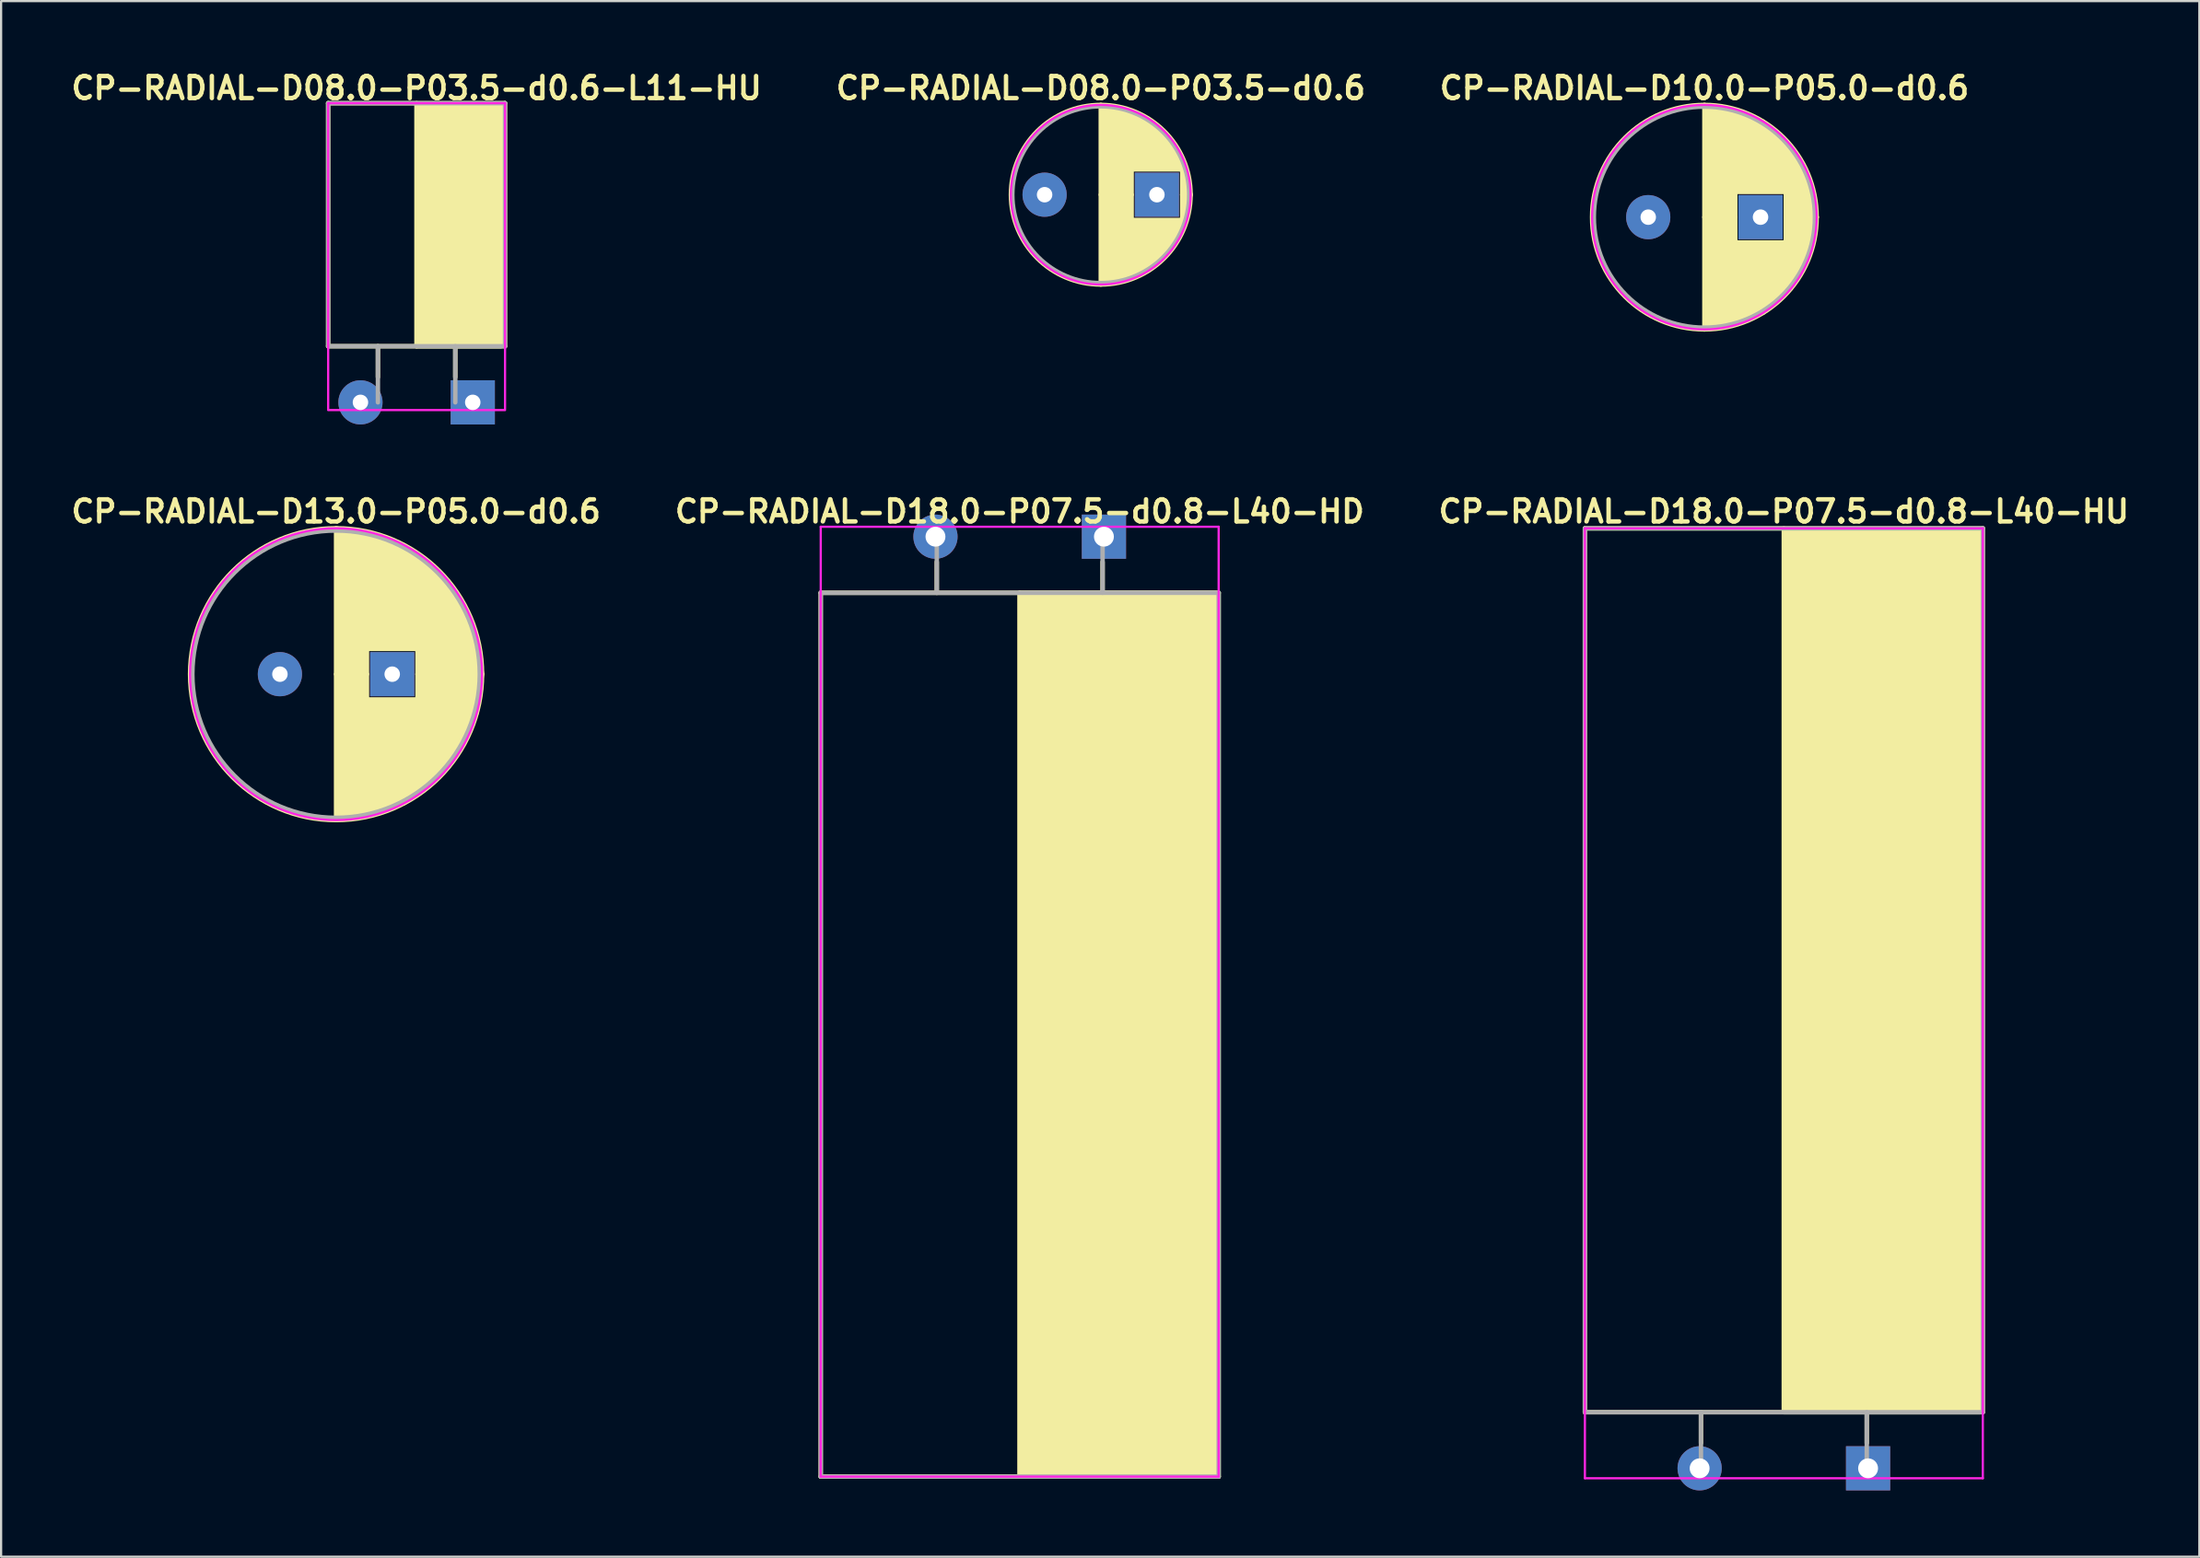
<source format=kicad_pcb>
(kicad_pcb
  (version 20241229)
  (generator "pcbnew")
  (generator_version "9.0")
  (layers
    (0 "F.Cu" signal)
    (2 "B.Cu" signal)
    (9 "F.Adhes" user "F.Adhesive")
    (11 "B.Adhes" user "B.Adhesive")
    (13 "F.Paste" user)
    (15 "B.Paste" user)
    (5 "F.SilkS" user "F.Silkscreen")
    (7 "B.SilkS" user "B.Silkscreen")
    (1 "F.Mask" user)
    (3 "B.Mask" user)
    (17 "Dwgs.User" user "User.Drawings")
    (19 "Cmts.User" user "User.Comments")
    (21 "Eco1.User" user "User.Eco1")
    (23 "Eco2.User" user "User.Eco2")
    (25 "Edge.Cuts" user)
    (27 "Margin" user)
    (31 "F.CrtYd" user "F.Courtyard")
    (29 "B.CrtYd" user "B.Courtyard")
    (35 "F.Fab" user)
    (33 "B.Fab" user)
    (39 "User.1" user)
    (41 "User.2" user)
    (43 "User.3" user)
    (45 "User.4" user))
  (footprint "CP-RADIAL-D18.0-P07.5-d0.8-L40-HU"
    (layer "F.Cu")
    (at 77.643 63.403)
    (property "Reference" "CP-RADIAL-D18.0-P07.5-d0.8-L40-HU" (at 0 -43.307 0) (layer "F.SilkS") (effects (font (size 1 1) (thickness 0.2))))
    (attr through_hole)
    (fp_line (start -9 -42.54) (end -9 -2.54) (stroke (width 0.2) (type solid)) (layer "F.SilkS"))
    (fp_line (start -9 -42.54) (end 9 -42.54) (stroke (width 0.2) (type solid)) (layer "F.SilkS"))
    (fp_line (start -9 -2.54) (end 9 -2.54) (stroke (width 0.2) (type solid)) (layer "F.SilkS"))
    (fp_line (start -3.75 -2.54) (end -3.75 -1.143) (stroke (width 0.2) (type solid)) (layer "F.SilkS"))
    (fp_line (start 0 -42.54) (end 0 -2.54) (stroke (width 0.2) (type solid)) (layer "F.SilkS"))
    (fp_line (start 3.75 -2.54) (end 3.75 -1.143) (stroke (width 0.2) (type solid)) (layer "F.SilkS"))
    (fp_line (start 9 -42.54) (end 9 -2.54) (stroke (width 0.2) (type solid)) (layer "F.SilkS"))
    (fp_poly (pts (xy 0 -42.418) (xy 8.89 -42.418) (xy 8.89 -2.54) (xy 0 -2.54)) (stroke (width 0.2) (type solid)) (fill yes) (layer "F.SilkS"))
    (fp_line (start -9 -42.54) (end -9 0.45) (stroke (width 0.1) (type solid)) (layer "F.CrtYd"))
    (fp_line (start -9 -42.54) (end 9 -42.54) (stroke (width 0.1) (type solid)) (layer "F.CrtYd"))
    (fp_line (start -9 0.45) (end 9 0.45) (stroke (width 0.1) (type solid)) (layer "F.CrtYd"))
    (fp_line (start 9 -42.54) (end 9 0.45) (stroke (width 0.1) (type solid)) (layer "F.CrtYd"))
    (fp_line (start -9 -42.54) (end -9 -2.54) (stroke (width 0.2) (type solid)) (layer "F.Fab"))
    (fp_line (start -9 -42.54) (end 9 -42.54) (stroke (width 0.2) (type solid)) (layer "F.Fab"))
    (fp_line (start -9 -2.54) (end 9 -2.54) (stroke (width 0.2) (type solid)) (layer "F.Fab"))
    (fp_line (start -3.75 -2.54) (end -3.75 0) (stroke (width 0.2) (type solid)) (layer "F.Fab"))
    (fp_line (start 3.75 -2.54) (end 3.75 0) (stroke (width 0.2) (type solid)) (layer "F.Fab"))
    (fp_line (start 9 -42.54) (end 9 -2.54) (stroke (width 0.2) (type solid)) (layer "F.Fab"))
    (pad "+" thru_hole circle (at -3.81 0) (size 2 2) (drill 0.9) (layers "*.Cu" "*.Mask"))
    (pad "-" thru_hole rect (at 3.81 0) (size 2 2) (drill 0.9) (layers "*.Cu" "*.Mask")))
  (footprint "CP-RADIAL-D18.0-P07.5-d0.8-L40-HD"
    (layer "F.Cu")
    (at 43.076 21.239)
    (property "Reference" "CP-RADIAL-D18.0-P07.5-d0.8-L40-HD" (at 0 -1.143 0) (layer "F.SilkS") (effects (font (size 1 1) (thickness 0.2))))
    (attr through_hole)
    (fp_line (start -9 2.54) (end 9 2.54) (stroke (width 0.2) (type solid)) (layer "F.SilkS"))
    (fp_line (start -9 42.54) (end -9 2.54) (stroke (width 0.2) (type solid)) (layer "F.SilkS"))
    (fp_line (start -9 42.54) (end 9 42.54) (stroke (width 0.2) (type solid)) (layer "F.SilkS"))
    (fp_line (start -3.75 2.54) (end -3.75 1.143) (stroke (width 0.2) (type solid)) (layer "F.SilkS"))
    (fp_line (start 0 42.54) (end 0 2.54) (stroke (width 0.2) (type solid)) (layer "F.SilkS"))
    (fp_line (start 3.75 2.54) (end 3.75 1.143) (stroke (width 0.2) (type solid)) (layer "F.SilkS"))
    (fp_line (start 9 42.54) (end 9 2.54) (stroke (width 0.2) (type solid)) (layer "F.SilkS"))
    (fp_poly (pts (xy 0 2.54) (xy 8.89 2.54) (xy 8.89 42.418) (xy 0 42.418)) (stroke (width 0.2) (type solid)) (fill yes) (layer "F.SilkS"))
    (fp_line (start -9 -0.45) (end 9 -0.45) (stroke (width 0.1) (type solid)) (layer "F.CrtYd"))
    (fp_line (start -9 42.54) (end -9 -0.45) (stroke (width 0.1) (type solid)) (layer "F.CrtYd"))
    (fp_line (start -9 42.54) (end 9 42.54) (stroke (width 0.1) (type solid)) (layer "F.CrtYd"))
    (fp_line (start 9 42.54) (end 9 -0.45) (stroke (width 0.1) (type solid)) (layer "F.CrtYd"))
    (fp_line (start -9 2.54) (end 9 2.54) (stroke (width 0.2) (type solid)) (layer "F.Fab"))
    (fp_line (start -9 42.54) (end -9 2.54) (stroke (width 0.2) (type solid)) (layer "F.Fab"))
    (fp_line (start -9 42.54) (end 9 42.54) (stroke (width 0.2) (type solid)) (layer "F.Fab"))
    (fp_line (start -3.75 2.54) (end -3.75 0) (stroke (width 0.2) (type solid)) (layer "F.Fab"))
    (fp_line (start 3.75 2.54) (end 3.75 0) (stroke (width 0.2) (type solid)) (layer "F.Fab"))
    (fp_line (start 9 42.54) (end 9 2.54) (stroke (width 0.2) (type solid)) (layer "F.Fab"))
    (pad "+" thru_hole circle (at -3.81 0) (size 2 2) (drill 0.9) (layers "*.Cu" "*.Mask"))
    (pad "-" thru_hole rect (at 3.81 0) (size 2 2) (drill 0.9) (layers "*.Cu" "*.Mask")))
  (footprint "CP-RADIAL-D08.0-P03.5-d0.6"
    (layer "F.Cu")
    (at 46.743 5.762)
    (property "Reference" "CP-RADIAL-D08.0-P03.5-d0.6" (at 0 -4.826 0) (layer "F.SilkS") (effects (font (size 1 1) (thickness 0.2))))
    (attr through_hole)
    (fp_circle (center 0 0) (end 4.064 0) (stroke (width 0.2) (type solid)) (fill no) (layer "F.SilkS"))
    (fp_poly (pts (xy 0 -4.064) (xy 2.159 -3.429) (xy 3.683 -1.651) (xy 4.064 0) (xy 3.683 0) (xy 3.683 -1.143) (xy 1.397 -1.143) (xy 1.397 0) (xy 0 0)) (stroke (width 0.2) (type solid)) (fill yes) (layer "F.SilkS"))
    (fp_poly (pts (xy 0 4.064) (xy 2.159 3.429) (xy 3.683 1.651) (xy 4.064 0) (xy 3.683 0) (xy 3.683 1.143) (xy 1.397 1.143) (xy 1.397 0) (xy 0 0)) (stroke (width 0.2) (type solid)) (fill yes) (layer "F.SilkS"))
    (fp_circle (center 0 0) (end 4.064 0) (stroke (width 0.1) (type solid)) (fill no) (layer "F.CrtYd"))
    (fp_circle (center 0 0) (end 4 0) (stroke (width 0.2) (type solid)) (fill no) (layer "F.Fab"))
    (pad "+" thru_hole circle (at -2.54 0) (size 2 2) (drill 0.7) (layers "*.Cu" "*.Mask"))
    (pad "-" thru_hole rect (at 2.54 0) (size 2 2) (drill 0.7) (layers "*.Cu" "*.Mask")))
  (footprint "CP-RADIAL-D10.0-P05.0-d0.6"
    (layer "F.Cu")
    (at 74.048 6.778)
    (property "Reference" "CP-RADIAL-D10.0-P05.0-d0.6" (at 0 -5.842 0) (layer "F.SilkS") (effects (font (size 1 1) (thickness 0.2))))
    (attr through_hole)
    (fp_circle (center 0 0) (end 5.08 0) (stroke (width 0.2) (type solid)) (fill no) (layer "F.SilkS"))
    (fp_poly (pts (xy 0 -5.08) (xy 2.667 -4.318) (xy 4.445 -2.413) (xy 5.08 0) (xy 3.683 0) (xy 3.683 -1.143) (xy 1.397 -1.143) (xy 1.397 0) (xy 0 0)) (stroke (width 0.2) (type solid)) (fill yes) (layer "F.SilkS"))
    (fp_poly (pts (xy 0 5.08) (xy 2.667 4.318) (xy 4.445 2.413) (xy 5.08 0) (xy 3.683 0) (xy 3.683 1.143) (xy 1.397 1.143) (xy 1.397 0) (xy 0 0)) (stroke (width 0.2) (type solid)) (fill yes) (layer "F.SilkS"))
    (fp_circle (center 0 0) (end 5.08 0) (stroke (width 0.1) (type solid)) (fill no) (layer "F.CrtYd"))
    (fp_circle (center 0 0) (end 5 0) (stroke (width 0.2) (type solid)) (fill no) (layer "F.Fab"))
    (pad "+" thru_hole circle (at -2.54 0) (size 2 2) (drill 0.7) (layers "B.Cu" "B.Mask"))
    (pad "-" thru_hole rect (at 2.54 0) (size 2 2) (drill 0.7) (layers "B.Cu" "B.Mask")))
  (footprint "CP-RADIAL-D08.0-P03.5-d0.6-L11-HU"
    (layer "F.Cu")
    (at 15.795 15.16)
    (property "Reference" "CP-RADIAL-D08.0-P03.5-d0.6-L11-HU" (at 0 -14.224 0) (layer "F.SilkS") (effects (font (size 1 1) (thickness 0.2))))
    (attr through_hole)
    (fp_line (start -4 -13.54) (end -4 -2.54) (stroke (width 0.2) (type solid)) (layer "F.SilkS"))
    (fp_line (start -4 -13.54) (end 4 -13.54) (stroke (width 0.2) (type solid)) (layer "F.SilkS"))
    (fp_line (start -4 -2.54) (end 4 -2.54) (stroke (width 0.2) (type solid)) (layer "F.SilkS"))
    (fp_line (start -1.75 -2.54) (end -1.75 -1.143) (stroke (width 0.2) (type solid)) (layer "F.SilkS"))
    (fp_line (start 0 -13.54) (end 0 -2.54) (stroke (width 0.2) (type solid)) (layer "F.SilkS"))
    (fp_line (start 1.75 -2.54) (end 1.75 -1.143) (stroke (width 0.2) (type solid)) (layer "F.SilkS"))
    (fp_line (start 4 -13.54) (end 4 -2.54) (stroke (width 0.2) (type solid)) (layer "F.SilkS"))
    (fp_poly (pts (xy 0 -13.462) (xy 3.81 -13.462) (xy 3.81 -2.54) (xy 0 -2.54)) (stroke (width 0.2) (type solid)) (fill yes) (layer "F.SilkS"))
    (fp_line (start -4 -13.54) (end -4 0.3) (stroke (width 0.1) (type solid)) (layer "F.CrtYd"))
    (fp_line (start -4 -13.54) (end 4 -13.54) (stroke (width 0.1) (type solid)) (layer "F.CrtYd"))
    (fp_line (start -4 0.35) (end 4 0.35) (stroke (width 0.1) (type solid)) (layer "F.CrtYd"))
    (fp_line (start 4 -13.54) (end 4 0.3) (stroke (width 0.1) (type solid)) (layer "F.CrtYd"))
    (fp_line (start -4 -13.54) (end -4 -2.54) (stroke (width 0.2) (type solid)) (layer "F.Fab"))
    (fp_line (start -4 -13.54) (end 4 -13.54) (stroke (width 0.2) (type solid)) (layer "F.Fab"))
    (fp_line (start -4 -2.54) (end 4 -2.54) (stroke (width 0.2) (type solid)) (layer "F.Fab"))
    (fp_line (start -1.75 -2.54) (end -1.75 0) (stroke (width 0.2) (type solid)) (layer "F.Fab"))
    (fp_line (start 1.75 -2.54) (end 1.75 0) (stroke (width 0.2) (type solid)) (layer "F.Fab"))
    (fp_line (start 4 -13.54) (end 4 -2.54) (stroke (width 0.2) (type solid)) (layer "F.Fab"))
    (pad "+" thru_hole circle (at -2.54 0) (size 2 2) (drill 0.7) (layers "*.Cu" "*.Mask"))
    (pad "-" thru_hole rect (at 2.54 0) (size 2 2) (drill 0.7) (layers "*.Cu" "*.Mask")))
  (footprint "CP-RADIAL-D13.0-P05.0-d0.6"
    (layer "F.Cu")
    (at 12.152 27.462)
    (property "Reference" "CP-RADIAL-D13.0-P05.0-d0.6" (at 0 -7.366 0) (layer "F.SilkS") (effects (font (size 1 1) (thickness 0.2))))
    (attr through_hole)
    (fp_circle (center 0 0) (end 6.604 0) (stroke (width 0.2) (type solid)) (fill no) (layer "F.SilkS"))
    (fp_poly (pts (xy 0 -6.604) (xy 3.048 -5.842) (xy 5.08 -4.191) (xy 6.35 -1.651) (xy 6.604 0) (xy 3.683 0) (xy 3.683 -1.143) (xy 1.397 -1.143) (xy 1.397 0) (xy 0 0)) (stroke (width 0.2) (type solid)) (fill yes) (layer "F.SilkS"))
    (fp_poly (pts (xy 0 6.604) (xy 3.048 5.842) (xy 5.08 4.191) (xy 6.35 1.778) (xy 6.604 0) (xy 3.683 0) (xy 3.683 1.143) (xy 1.397 1.143) (xy 1.397 0) (xy 0 0)) (stroke (width 0.2) (type solid)) (fill yes) (layer "F.SilkS"))
    (fp_circle (center 0 0) (end 6.604 0) (stroke (width 0.1) (type solid)) (fill no) (layer "F.CrtYd"))
    (fp_circle (center 0 0) (end 6.5 0) (stroke (width 0.2) (type solid)) (fill no) (layer "F.Fab"))
    (pad "+" thru_hole circle (at -2.54 0) (size 2 2) (drill 0.7) (layers "B.Cu" "B.Mask"))
    (pad "-" thru_hole rect (at 2.54 0) (size 2 2) (drill 0.7) (layers "B.Cu" "B.Mask")))
  (gr_rect
    (start -3 -3)
    (end 96.438 67.403)
    (stroke (width 0.1) (type default))
    (fill no)
    (layer "Edge.Cuts")))
</source>
